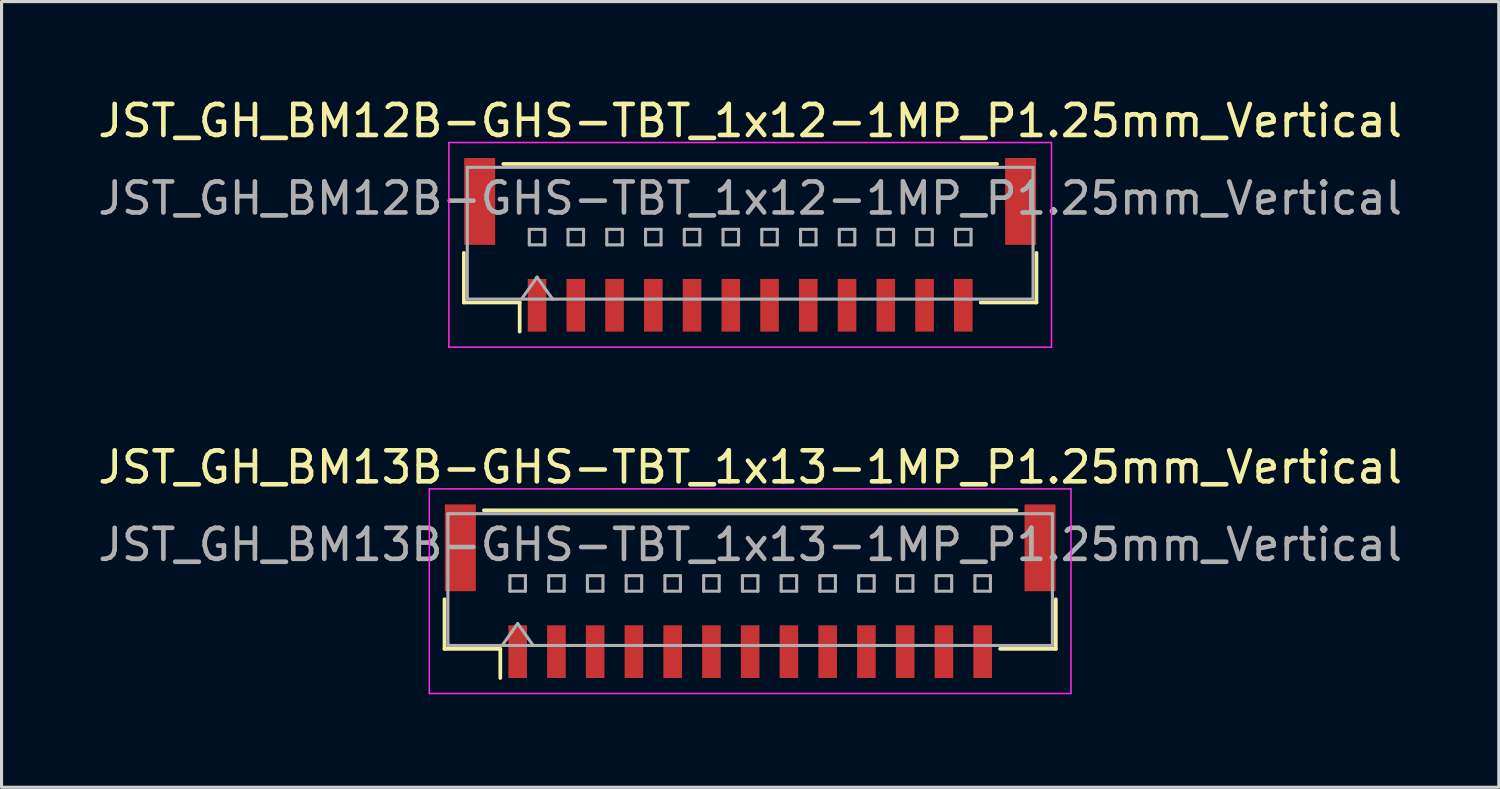
<source format=kicad_pcb>
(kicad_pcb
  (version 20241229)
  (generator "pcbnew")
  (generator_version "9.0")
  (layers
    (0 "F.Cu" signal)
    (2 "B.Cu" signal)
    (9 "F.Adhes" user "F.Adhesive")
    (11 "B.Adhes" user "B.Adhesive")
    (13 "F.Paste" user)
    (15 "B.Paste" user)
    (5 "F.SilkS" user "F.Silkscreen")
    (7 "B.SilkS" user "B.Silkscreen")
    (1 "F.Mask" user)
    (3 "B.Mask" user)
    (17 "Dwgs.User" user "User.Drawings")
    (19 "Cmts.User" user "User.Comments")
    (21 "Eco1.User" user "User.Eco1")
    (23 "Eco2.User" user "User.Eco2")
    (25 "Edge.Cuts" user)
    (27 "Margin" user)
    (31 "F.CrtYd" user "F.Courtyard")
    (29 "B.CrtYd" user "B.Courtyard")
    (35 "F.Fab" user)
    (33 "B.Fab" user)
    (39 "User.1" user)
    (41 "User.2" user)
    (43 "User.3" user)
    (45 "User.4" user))
  (footprint "JST_GH_BM13B-GHS-TBT_1x13-1MP_P1.25mm_Vertical"
    (layer "F.Cu")
    (at 21.149 16.021)
    (property "Reference" "JST_GH_BM13B-GHS-TBT_1x13-1MP_P1.25mm_Vertical" (at 0 -4 0) (layer "F.SilkS") (effects (font (size 1 1) (thickness 0.15))))
    (attr smd)
    (fp_line (start -9.86 0.26) (end -9.86 1.86) (stroke (width 0.12) (type solid)) (layer "F.SilkS"))
    (fp_line (start -9.86 1.86) (end -8.06 1.86) (stroke (width 0.12) (type solid)) (layer "F.SilkS"))
    (fp_line (start -8.59 -2.61) (end 8.59 -2.61) (stroke (width 0.12) (type solid)) (layer "F.SilkS"))
    (fp_line (start -8.06 1.86) (end -8.06 2.8) (stroke (width 0.12) (type solid)) (layer "F.SilkS"))
    (fp_line (start 9.86 0.26) (end 9.86 1.86) (stroke (width 0.12) (type solid)) (layer "F.SilkS"))
    (fp_line (start 9.86 1.86) (end 8.06 1.86) (stroke (width 0.12) (type solid)) (layer "F.SilkS"))
    (fp_line (start -10.35 -3.3) (end -10.35 3.3) (stroke (width 0.05) (type solid)) (layer "F.CrtYd"))
    (fp_line (start -10.35 3.3) (end 10.35 3.3) (stroke (width 0.05) (type solid)) (layer "F.CrtYd"))
    (fp_line (start 10.35 -3.3) (end -10.35 -3.3) (stroke (width 0.05) (type solid)) (layer "F.CrtYd"))
    (fp_line (start 10.35 3.3) (end 10.35 -3.3) (stroke (width 0.05) (type solid)) (layer "F.CrtYd"))
    (fp_line (start -9.75 -2.5) (end 9.75 -2.5) (stroke (width 0.1) (type solid)) (layer "F.Fab"))
    (fp_line (start -9.75 1.75) (end -9.75 -2.5) (stroke (width 0.1) (type solid)) (layer "F.Fab"))
    (fp_line (start -9.75 1.75) (end 9.75 1.75) (stroke (width 0.1) (type solid)) (layer "F.Fab"))
    (fp_line (start -8 1.75) (end -7.5 1.043) (stroke (width 0.1) (type solid)) (layer "F.Fab"))
    (fp_line (start -7.75 -0.5) (end -7.75 0) (stroke (width 0.1) (type solid)) (layer "F.Fab"))
    (fp_line (start -7.75 0) (end -7.25 0) (stroke (width 0.1) (type solid)) (layer "F.Fab"))
    (fp_line (start -7.5 1.043) (end -7 1.75) (stroke (width 0.1) (type solid)) (layer "F.Fab"))
    (fp_line (start -7.25 -0.5) (end -7.75 -0.5) (stroke (width 0.1) (type solid)) (layer "F.Fab"))
    (fp_line (start -7.25 0) (end -7.25 -0.5) (stroke (width 0.1) (type solid)) (layer "F.Fab"))
    (fp_line (start -6.5 -0.5) (end -6.5 0) (stroke (width 0.1) (type solid)) (layer "F.Fab"))
    (fp_line (start -6.5 0) (end -6 0) (stroke (width 0.1) (type solid)) (layer "F.Fab"))
    (fp_line (start -6 -0.5) (end -6.5 -0.5) (stroke (width 0.1) (type solid)) (layer "F.Fab"))
    (fp_line (start -6 0) (end -6 -0.5) (stroke (width 0.1) (type solid)) (layer "F.Fab"))
    (fp_line (start -5.25 -0.5) (end -5.25 0) (stroke (width 0.1) (type solid)) (layer "F.Fab"))
    (fp_line (start -5.25 0) (end -4.75 0) (stroke (width 0.1) (type solid)) (layer "F.Fab"))
    (fp_line (start -4.75 -0.5) (end -5.25 -0.5) (stroke (width 0.1) (type solid)) (layer "F.Fab"))
    (fp_line (start -4.75 0) (end -4.75 -0.5) (stroke (width 0.1) (type solid)) (layer "F.Fab"))
    (fp_line (start -4 -0.5) (end -4 0) (stroke (width 0.1) (type solid)) (layer "F.Fab"))
    (fp_line (start -4 0) (end -3.5 0) (stroke (width 0.1) (type solid)) (layer "F.Fab"))
    (fp_line (start -3.5 -0.5) (end -4 -0.5) (stroke (width 0.1) (type solid)) (layer "F.Fab"))
    (fp_line (start -3.5 0) (end -3.5 -0.5) (stroke (width 0.1) (type solid)) (layer "F.Fab"))
    (fp_line (start -2.75 -0.5) (end -2.75 0) (stroke (width 0.1) (type solid)) (layer "F.Fab"))
    (fp_line (start -2.75 0) (end -2.25 0) (stroke (width 0.1) (type solid)) (layer "F.Fab"))
    (fp_line (start -2.25 -0.5) (end -2.75 -0.5) (stroke (width 0.1) (type solid)) (layer "F.Fab"))
    (fp_line (start -2.25 0) (end -2.25 -0.5) (stroke (width 0.1) (type solid)) (layer "F.Fab"))
    (fp_line (start -1.5 -0.5) (end -1.5 0) (stroke (width 0.1) (type solid)) (layer "F.Fab"))
    (fp_line (start -1.5 0) (end -1 0) (stroke (width 0.1) (type solid)) (layer "F.Fab"))
    (fp_line (start -1 -0.5) (end -1.5 -0.5) (stroke (width 0.1) (type solid)) (layer "F.Fab"))
    (fp_line (start -1 0) (end -1 -0.5) (stroke (width 0.1) (type solid)) (layer "F.Fab"))
    (fp_line (start -0.25 -0.5) (end -0.25 0) (stroke (width 0.1) (type solid)) (layer "F.Fab"))
    (fp_line (start -0.25 0) (end 0.25 0) (stroke (width 0.1) (type solid)) (layer "F.Fab"))
    (fp_line (start 0.25 -0.5) (end -0.25 -0.5) (stroke (width 0.1) (type solid)) (layer "F.Fab"))
    (fp_line (start 0.25 0) (end 0.25 -0.5) (stroke (width 0.1) (type solid)) (layer "F.Fab"))
    (fp_line (start 1 -0.5) (end 1 0) (stroke (width 0.1) (type solid)) (layer "F.Fab"))
    (fp_line (start 1 0) (end 1.5 0) (stroke (width 0.1) (type solid)) (layer "F.Fab"))
    (fp_line (start 1.5 -0.5) (end 1 -0.5) (stroke (width 0.1) (type solid)) (layer "F.Fab"))
    (fp_line (start 1.5 0) (end 1.5 -0.5) (stroke (width 0.1) (type solid)) (layer "F.Fab"))
    (fp_line (start 2.25 -0.5) (end 2.25 0) (stroke (width 0.1) (type solid)) (layer "F.Fab"))
    (fp_line (start 2.25 0) (end 2.75 0) (stroke (width 0.1) (type solid)) (layer "F.Fab"))
    (fp_line (start 2.75 -0.5) (end 2.25 -0.5) (stroke (width 0.1) (type solid)) (layer "F.Fab"))
    (fp_line (start 2.75 0) (end 2.75 -0.5) (stroke (width 0.1) (type solid)) (layer "F.Fab"))
    (fp_line (start 3.5 -0.5) (end 3.5 0) (stroke (width 0.1) (type solid)) (layer "F.Fab"))
    (fp_line (start 3.5 0) (end 4 0) (stroke (width 0.1) (type solid)) (layer "F.Fab"))
    (fp_line (start 4 -0.5) (end 3.5 -0.5) (stroke (width 0.1) (type solid)) (layer "F.Fab"))
    (fp_line (start 4 0) (end 4 -0.5) (stroke (width 0.1) (type solid)) (layer "F.Fab"))
    (fp_line (start 4.75 -0.5) (end 4.75 0) (stroke (width 0.1) (type solid)) (layer "F.Fab"))
    (fp_line (start 4.75 0) (end 5.25 0) (stroke (width 0.1) (type solid)) (layer "F.Fab"))
    (fp_line (start 5.25 -0.5) (end 4.75 -0.5) (stroke (width 0.1) (type solid)) (layer "F.Fab"))
    (fp_line (start 5.25 0) (end 5.25 -0.5) (stroke (width 0.1) (type solid)) (layer "F.Fab"))
    (fp_line (start 6 -0.5) (end 6 0) (stroke (width 0.1) (type solid)) (layer "F.Fab"))
    (fp_line (start 6 0) (end 6.5 0) (stroke (width 0.1) (type solid)) (layer "F.Fab"))
    (fp_line (start 6.5 -0.5) (end 6 -0.5) (stroke (width 0.1) (type solid)) (layer "F.Fab"))
    (fp_line (start 6.5 0) (end 6.5 -0.5) (stroke (width 0.1) (type solid)) (layer "F.Fab"))
    (fp_line (start 7.25 -0.5) (end 7.25 0) (stroke (width 0.1) (type solid)) (layer "F.Fab"))
    (fp_line (start 7.25 0) (end 7.75 0) (stroke (width 0.1) (type solid)) (layer "F.Fab"))
    (fp_line (start 7.75 -0.5) (end 7.25 -0.5) (stroke (width 0.1) (type solid)) (layer "F.Fab"))
    (fp_line (start 7.75 0) (end 7.75 -0.5) (stroke (width 0.1) (type solid)) (layer "F.Fab"))
    (fp_line (start 9.75 1.75) (end 9.75 -2.5) (stroke (width 0.1) (type solid)) (layer "F.Fab"))
    (fp_text user "${REFERENCE}" (at 0 -1.5 0) (layer "F.Fab") (effects (font (size 1 1) (thickness 0.15))))
    (pad "1" smd rect (at -7.5 1.95) (size 0.6 1.7) (layers "F.Cu" "F.Mask" "F.Paste"))
    (pad "2" smd rect (at -6.25 1.95) (size 0.6 1.7) (layers "F.Cu" "F.Mask" "F.Paste"))
    (pad "3" smd rect (at -5 1.95) (size 0.6 1.7) (layers "F.Cu" "F.Mask" "F.Paste"))
    (pad "4" smd rect (at -3.75 1.95) (size 0.6 1.7) (layers "F.Cu" "F.Mask" "F.Paste"))
    (pad "5" smd rect (at -2.5 1.95) (size 0.6 1.7) (layers "F.Cu" "F.Mask" "F.Paste"))
    (pad "6" smd rect (at -1.25 1.95) (size 0.6 1.7) (layers "F.Cu" "F.Mask" "F.Paste"))
    (pad "7" smd rect (at 0 1.95) (size 0.6 1.7) (layers "F.Cu" "F.Mask" "F.Paste"))
    (pad "8" smd rect (at 1.25 1.95) (size 0.6 1.7) (layers "F.Cu" "F.Mask" "F.Paste"))
    (pad "9" smd rect (at 2.5 1.95) (size 0.6 1.7) (layers "F.Cu" "F.Mask" "F.Paste"))
    (pad "10" smd rect (at 3.75 1.95) (size 0.6 1.7) (layers "F.Cu" "F.Mask" "F.Paste"))
    (pad "11" smd rect (at 5 1.95) (size 0.6 1.7) (layers "F.Cu" "F.Mask" "F.Paste"))
    (pad "12" smd rect (at 6.25 1.95) (size 0.6 1.7) (layers "F.Cu" "F.Mask" "F.Paste"))
    (pad "13" smd rect (at 7.5 1.95) (size 0.6 1.7) (layers "F.Cu" "F.Mask" "F.Paste"))
    (pad "MP" smd rect (at -9.35 -1.4) (size 1 2.8) (layers "F.Cu" "F.Mask" "F.Paste"))
    (pad "MP" smd rect (at 9.35 -1.4) (size 1 2.8) (layers "F.Cu" "F.Mask" "F.Paste")))
  (footprint "JST_GH_BM12B-GHS-TBT_1x12-1MP_P1.25mm_Vertical"
    (layer "F.Cu")
    (at 21.149 4.848)
    (property "Reference" "JST_GH_BM12B-GHS-TBT_1x12-1MP_P1.25mm_Vertical" (at 0 -4 0) (layer "F.SilkS") (effects (font (size 1 1) (thickness 0.15))))
    (attr smd)
    (fp_line (start -9.235 0.26) (end -9.235 1.86) (stroke (width 0.12) (type solid)) (layer "F.SilkS"))
    (fp_line (start -9.235 1.86) (end -7.435 1.86) (stroke (width 0.12) (type solid)) (layer "F.SilkS"))
    (fp_line (start -7.965 -2.61) (end 7.965 -2.61) (stroke (width 0.12) (type solid)) (layer "F.SilkS"))
    (fp_line (start -7.435 1.86) (end -7.435 2.8) (stroke (width 0.12) (type solid)) (layer "F.SilkS"))
    (fp_line (start 9.235 0.26) (end 9.235 1.86) (stroke (width 0.12) (type solid)) (layer "F.SilkS"))
    (fp_line (start 9.235 1.86) (end 7.435 1.86) (stroke (width 0.12) (type solid)) (layer "F.SilkS"))
    (fp_line (start -9.72 -3.3) (end -9.72 3.3) (stroke (width 0.05) (type solid)) (layer "F.CrtYd"))
    (fp_line (start -9.72 3.3) (end 9.72 3.3) (stroke (width 0.05) (type solid)) (layer "F.CrtYd"))
    (fp_line (start 9.72 -3.3) (end -9.72 -3.3) (stroke (width 0.05) (type solid)) (layer "F.CrtYd"))
    (fp_line (start 9.72 3.3) (end 9.72 -3.3) (stroke (width 0.05) (type solid)) (layer "F.CrtYd"))
    (fp_line (start -9.125 -2.5) (end 9.125 -2.5) (stroke (width 0.1) (type solid)) (layer "F.Fab"))
    (fp_line (start -9.125 1.75) (end -9.125 -2.5) (stroke (width 0.1) (type solid)) (layer "F.Fab"))
    (fp_line (start -9.125 1.75) (end 9.125 1.75) (stroke (width 0.1) (type solid)) (layer "F.Fab"))
    (fp_line (start -7.375 1.75) (end -6.875 1.043) (stroke (width 0.1) (type solid)) (layer "F.Fab"))
    (fp_line (start -7.125 -0.5) (end -7.125 0) (stroke (width 0.1) (type solid)) (layer "F.Fab"))
    (fp_line (start -7.125 0) (end -6.625 0) (stroke (width 0.1) (type solid)) (layer "F.Fab"))
    (fp_line (start -6.875 1.043) (end -6.375 1.75) (stroke (width 0.1) (type solid)) (layer "F.Fab"))
    (fp_line (start -6.625 -0.5) (end -7.125 -0.5) (stroke (width 0.1) (type solid)) (layer "F.Fab"))
    (fp_line (start -6.625 0) (end -6.625 -0.5) (stroke (width 0.1) (type solid)) (layer "F.Fab"))
    (fp_line (start -5.875 -0.5) (end -5.875 0) (stroke (width 0.1) (type solid)) (layer "F.Fab"))
    (fp_line (start -5.875 0) (end -5.375 0) (stroke (width 0.1) (type solid)) (layer "F.Fab"))
    (fp_line (start -5.375 -0.5) (end -5.875 -0.5) (stroke (width 0.1) (type solid)) (layer "F.Fab"))
    (fp_line (start -5.375 0) (end -5.375 -0.5) (stroke (width 0.1) (type solid)) (layer "F.Fab"))
    (fp_line (start -4.625 -0.5) (end -4.625 0) (stroke (width 0.1) (type solid)) (layer "F.Fab"))
    (fp_line (start -4.625 0) (end -4.125 0) (stroke (width 0.1) (type solid)) (layer "F.Fab"))
    (fp_line (start -4.125 -0.5) (end -4.625 -0.5) (stroke (width 0.1) (type solid)) (layer "F.Fab"))
    (fp_line (start -4.125 0) (end -4.125 -0.5) (stroke (width 0.1) (type solid)) (layer "F.Fab"))
    (fp_line (start -3.375 -0.5) (end -3.375 0) (stroke (width 0.1) (type solid)) (layer "F.Fab"))
    (fp_line (start -3.375 0) (end -2.875 0) (stroke (width 0.1) (type solid)) (layer "F.Fab"))
    (fp_line (start -2.875 -0.5) (end -3.375 -0.5) (stroke (width 0.1) (type solid)) (layer "F.Fab"))
    (fp_line (start -2.875 0) (end -2.875 -0.5) (stroke (width 0.1) (type solid)) (layer "F.Fab"))
    (fp_line (start -2.125 -0.5) (end -2.125 0) (stroke (width 0.1) (type solid)) (layer "F.Fab"))
    (fp_line (start -2.125 0) (end -1.625 0) (stroke (width 0.1) (type solid)) (layer "F.Fab"))
    (fp_line (start -1.625 -0.5) (end -2.125 -0.5) (stroke (width 0.1) (type solid)) (layer "F.Fab"))
    (fp_line (start -1.625 0) (end -1.625 -0.5) (stroke (width 0.1) (type solid)) (layer "F.Fab"))
    (fp_line (start -0.875 -0.5) (end -0.875 0) (stroke (width 0.1) (type solid)) (layer "F.Fab"))
    (fp_line (start -0.875 0) (end -0.375 0) (stroke (width 0.1) (type solid)) (layer "F.Fab"))
    (fp_line (start -0.375 -0.5) (end -0.875 -0.5) (stroke (width 0.1) (type solid)) (layer "F.Fab"))
    (fp_line (start -0.375 0) (end -0.375 -0.5) (stroke (width 0.1) (type solid)) (layer "F.Fab"))
    (fp_line (start 0.375 -0.5) (end 0.375 0) (stroke (width 0.1) (type solid)) (layer "F.Fab"))
    (fp_line (start 0.375 0) (end 0.875 0) (stroke (width 0.1) (type solid)) (layer "F.Fab"))
    (fp_line (start 0.875 -0.5) (end 0.375 -0.5) (stroke (width 0.1) (type solid)) (layer "F.Fab"))
    (fp_line (start 0.875 0) (end 0.875 -0.5) (stroke (width 0.1) (type solid)) (layer "F.Fab"))
    (fp_line (start 1.625 -0.5) (end 1.625 0) (stroke (width 0.1) (type solid)) (layer "F.Fab"))
    (fp_line (start 1.625 0) (end 2.125 0) (stroke (width 0.1) (type solid)) (layer "F.Fab"))
    (fp_line (start 2.125 -0.5) (end 1.625 -0.5) (stroke (width 0.1) (type solid)) (layer "F.Fab"))
    (fp_line (start 2.125 0) (end 2.125 -0.5) (stroke (width 0.1) (type solid)) (layer "F.Fab"))
    (fp_line (start 2.875 -0.5) (end 2.875 0) (stroke (width 0.1) (type solid)) (layer "F.Fab"))
    (fp_line (start 2.875 0) (end 3.375 0) (stroke (width 0.1) (type solid)) (layer "F.Fab"))
    (fp_line (start 3.375 -0.5) (end 2.875 -0.5) (stroke (width 0.1) (type solid)) (layer "F.Fab"))
    (fp_line (start 3.375 0) (end 3.375 -0.5) (stroke (width 0.1) (type solid)) (layer "F.Fab"))
    (fp_line (start 4.125 -0.5) (end 4.125 0) (stroke (width 0.1) (type solid)) (layer "F.Fab"))
    (fp_line (start 4.125 0) (end 4.625 0) (stroke (width 0.1) (type solid)) (layer "F.Fab"))
    (fp_line (start 4.625 -0.5) (end 4.125 -0.5) (stroke (width 0.1) (type solid)) (layer "F.Fab"))
    (fp_line (start 4.625 0) (end 4.625 -0.5) (stroke (width 0.1) (type solid)) (layer "F.Fab"))
    (fp_line (start 5.375 -0.5) (end 5.375 0) (stroke (width 0.1) (type solid)) (layer "F.Fab"))
    (fp_line (start 5.375 0) (end 5.875 0) (stroke (width 0.1) (type solid)) (layer "F.Fab"))
    (fp_line (start 5.875 -0.5) (end 5.375 -0.5) (stroke (width 0.1) (type solid)) (layer "F.Fab"))
    (fp_line (start 5.875 0) (end 5.875 -0.5) (stroke (width 0.1) (type solid)) (layer "F.Fab"))
    (fp_line (start 6.625 -0.5) (end 6.625 0) (stroke (width 0.1) (type solid)) (layer "F.Fab"))
    (fp_line (start 6.625 0) (end 7.125 0) (stroke (width 0.1) (type solid)) (layer "F.Fab"))
    (fp_line (start 7.125 -0.5) (end 6.625 -0.5) (stroke (width 0.1) (type solid)) (layer "F.Fab"))
    (fp_line (start 7.125 0) (end 7.125 -0.5) (stroke (width 0.1) (type solid)) (layer "F.Fab"))
    (fp_line (start 9.125 1.75) (end 9.125 -2.5) (stroke (width 0.1) (type solid)) (layer "F.Fab"))
    (fp_text user "${REFERENCE}" (at 0 -1.5 0) (layer "F.Fab") (effects (font (size 1 1) (thickness 0.15))))
    (pad "1" smd rect (at -6.875 1.95) (size 0.6 1.7) (layers "F.Cu" "F.Mask" "F.Paste"))
    (pad "2" smd rect (at -5.625 1.95) (size 0.6 1.7) (layers "F.Cu" "F.Mask" "F.Paste"))
    (pad "3" smd rect (at -4.375 1.95) (size 0.6 1.7) (layers "F.Cu" "F.Mask" "F.Paste"))
    (pad "4" smd rect (at -3.125 1.95) (size 0.6 1.7) (layers "F.Cu" "F.Mask" "F.Paste"))
    (pad "5" smd rect (at -1.875 1.95) (size 0.6 1.7) (layers "F.Cu" "F.Mask" "F.Paste"))
    (pad "6" smd rect (at -0.625 1.95) (size 0.6 1.7) (layers "F.Cu" "F.Mask" "F.Paste"))
    (pad "7" smd rect (at 0.625 1.95) (size 0.6 1.7) (layers "F.Cu" "F.Mask" "F.Paste"))
    (pad "8" smd rect (at 1.875 1.95) (size 0.6 1.7) (layers "F.Cu" "F.Mask" "F.Paste"))
    (pad "9" smd rect (at 3.125 1.95) (size 0.6 1.7) (layers "F.Cu" "F.Mask" "F.Paste"))
    (pad "10" smd rect (at 4.375 1.95) (size 0.6 1.7) (layers "F.Cu" "F.Mask" "F.Paste"))
    (pad "11" smd rect (at 5.625 1.95) (size 0.6 1.7) (layers "F.Cu" "F.Mask" "F.Paste"))
    (pad "12" smd rect (at 6.875 1.95) (size 0.6 1.7) (layers "F.Cu" "F.Mask" "F.Paste"))
    (pad "MP" smd rect (at -8.725 -1.4) (size 1 2.8) (layers "F.Cu" "F.Mask" "F.Paste"))
    (pad "MP" smd rect (at 8.725 -1.4) (size 1 2.8) (layers "F.Cu" "F.Mask" "F.Paste")))
  (gr_rect
    (start -3 -3)
    (end 45.298 22.346)
    (stroke (width 0.1) (type default))
    (fill no)
    (layer "Edge.Cuts")))
</source>
